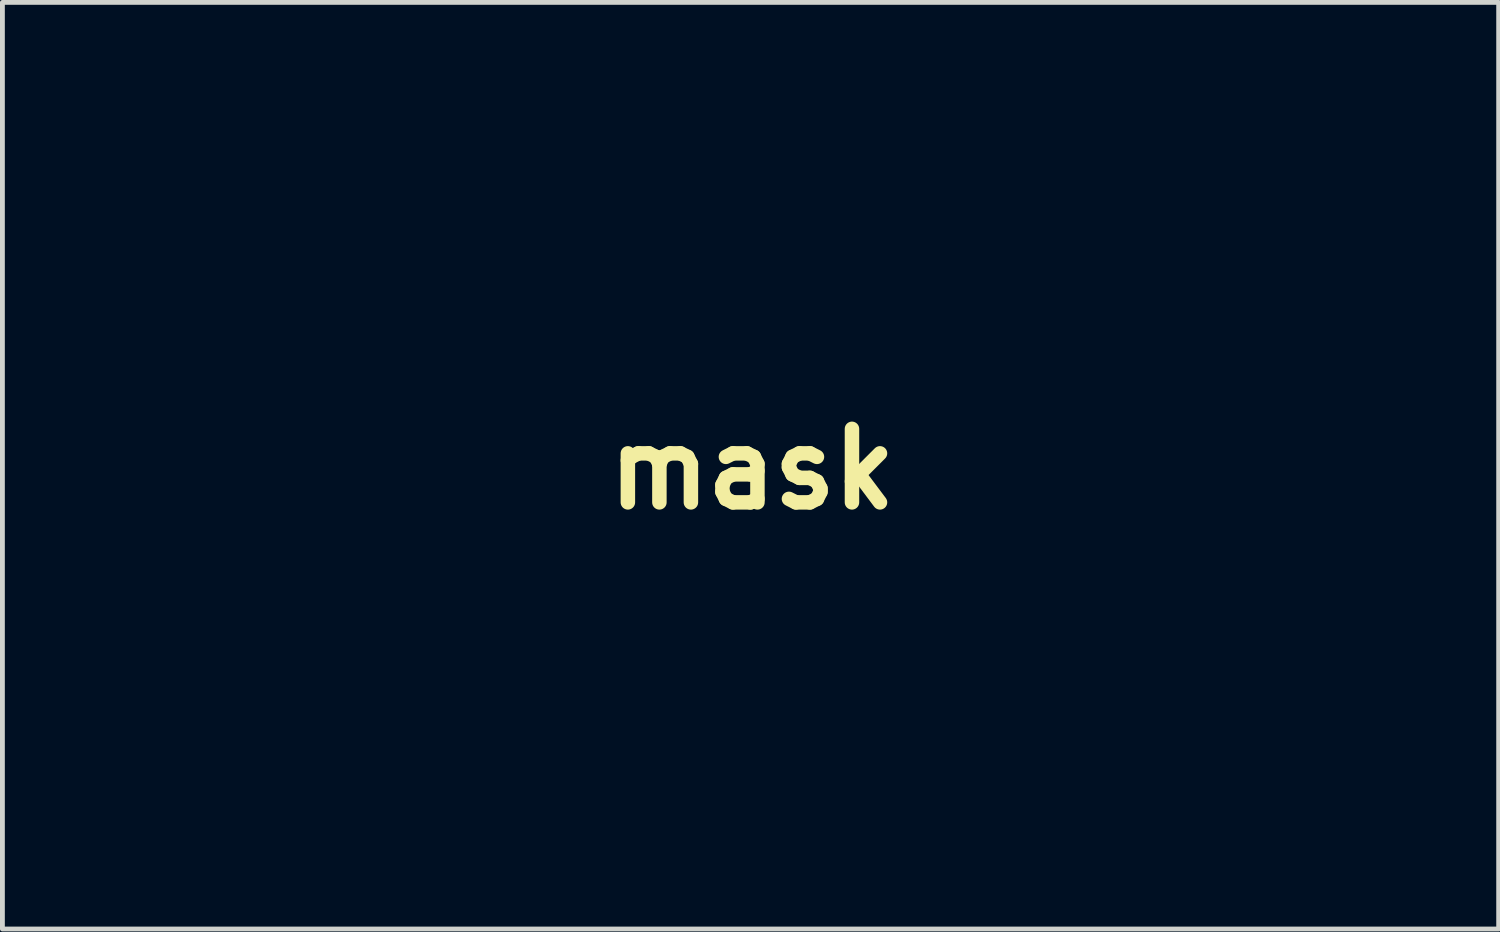
<source format=kicad_pcb>
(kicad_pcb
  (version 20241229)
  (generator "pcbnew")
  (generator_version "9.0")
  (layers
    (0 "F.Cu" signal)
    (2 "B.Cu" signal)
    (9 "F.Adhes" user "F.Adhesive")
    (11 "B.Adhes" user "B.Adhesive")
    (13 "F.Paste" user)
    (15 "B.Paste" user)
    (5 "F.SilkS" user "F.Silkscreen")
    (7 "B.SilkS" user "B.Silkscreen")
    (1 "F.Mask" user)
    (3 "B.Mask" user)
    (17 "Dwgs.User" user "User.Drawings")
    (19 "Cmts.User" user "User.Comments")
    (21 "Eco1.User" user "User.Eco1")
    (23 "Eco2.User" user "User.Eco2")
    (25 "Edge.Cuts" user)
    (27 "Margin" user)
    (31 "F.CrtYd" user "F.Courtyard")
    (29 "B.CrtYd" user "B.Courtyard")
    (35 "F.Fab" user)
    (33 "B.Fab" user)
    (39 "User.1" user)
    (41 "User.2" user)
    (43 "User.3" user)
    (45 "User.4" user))
  (footprint "mask"
    (layer "F.Cu")
    (at 12.54 6.673)
    (property "Reference" "mask" (at 0 0 0) (layer "F.SilkS") (effects (font (size 1.524 1.524) (thickness 0.3))))
    (attr through_hole)
    (fp_poly (pts (xy 0.205 -6.667) (xy 0.251 -6.667) (xy 0.286 -6.666) (xy 0.312 -6.664) (xy 0.331 -6.661) (xy 0.346 -6.657) (xy 0.36 -6.651) (xy 0.365 -6.649) (xy 0.381 -6.642) (xy 0.395 -6.635) (xy 0.408 -6.628) (xy 0.421 -6.618) (xy 0.434 -6.606) (xy 0.448 -6.591) (xy 0.464 -6.57) (xy 0.483 -6.544) (xy 0.505 -6.511) (xy 0.531 -6.471) (xy 0.561 -6.421) (xy 0.597 -6.362) (xy 0.639 -6.293) (xy 0.687 -6.211) (xy 0.743 -6.117) (xy 0.796 -6.028) (xy 0.842 -5.951) (xy 0.88 -5.886) (xy 0.911 -5.834) (xy 0.936 -5.792) (xy 0.956 -5.76) (xy 0.971 -5.736) (xy 0.982 -5.719) (xy 0.99 -5.708) (xy 0.996 -5.702) (xy 1 -5.698) (xy 1.004 -5.697) (xy 1.006 -5.696) (xy 1.011 -5.696) (xy 1.017 -5.699) (xy 1.025 -5.705) (xy 1.037 -5.716) (xy 1.054 -5.733) (xy 1.077 -5.758) (xy 1.108 -5.791) (xy 1.147 -5.835) (xy 1.196 -5.89) (xy 1.198 -5.892) (xy 1.283 -5.988) (xy 1.358 -6.072) (xy 1.423 -6.144) (xy 1.479 -6.207) (xy 1.528 -6.26) (xy 1.569 -6.305) (xy 1.603 -6.341) (xy 1.632 -6.372) (xy 1.656 -6.396) (xy 1.675 -6.414) (xy 1.692 -6.429) (xy 1.705 -6.44) (xy 1.717 -6.448) (xy 1.728 -6.454) (xy 1.731 -6.456) (xy 1.748 -6.464) (xy 1.764 -6.471) (xy 1.78 -6.476) (xy 1.8 -6.479) (xy 1.826 -6.481) (xy 1.861 -6.482) (xy 1.909 -6.483) (xy 1.945 -6.484) (xy 2.014 -6.484) (xy 2.069 -6.483) (xy 2.112 -6.48) (xy 2.147 -6.474) (xy 2.176 -6.466) (xy 2.202 -6.453) (xy 2.228 -6.436) (xy 2.235 -6.431) (xy 2.249 -6.422) (xy 2.26 -6.413) (xy 2.271 -6.404) (xy 2.281 -6.394) (xy 2.291 -6.381) (xy 2.301 -6.364) (xy 2.312 -6.342) (xy 2.325 -6.315) (xy 2.339 -6.28) (xy 2.356 -6.237) (xy 2.375 -6.185) (xy 2.398 -6.122) (xy 2.425 -6.048) (xy 2.456 -5.961) (xy 2.493 -5.859) (xy 2.523 -5.774) (xy 2.551 -5.697) (xy 2.577 -5.625) (xy 2.601 -5.558) (xy 2.622 -5.5) (xy 2.641 -5.451) (xy 2.655 -5.414) (xy 2.665 -5.389) (xy 2.67 -5.378) (xy 2.671 -5.378) (xy 2.686 -5.37) (xy 2.708 -5.363) (xy 2.711 -5.362) (xy 2.718 -5.362) (xy 2.726 -5.362) (xy 2.735 -5.365) (xy 2.748 -5.371) (xy 2.764 -5.381) (xy 2.786 -5.395) (xy 2.814 -5.414) (xy 2.849 -5.44) (xy 2.894 -5.473) (xy 2.948 -5.513) (xy 3.013 -5.562) (xy 3.09 -5.621) (xy 3.1 -5.628) (xy 3.19 -5.695) (xy 3.269 -5.754) (xy 3.338 -5.804) (xy 3.396 -5.846) (xy 3.442 -5.878) (xy 3.476 -5.9) (xy 3.497 -5.913) (xy 3.501 -5.915) (xy 3.518 -5.92) (xy 3.536 -5.925) (xy 3.559 -5.927) (xy 3.589 -5.929) (xy 3.629 -5.93) (xy 3.681 -5.931) (xy 3.713 -5.931) (xy 3.771 -5.931) (xy 3.814 -5.93) (xy 3.847 -5.929) (xy 3.871 -5.927) (xy 3.889 -5.924) (xy 3.905 -5.919) (xy 3.92 -5.913) (xy 3.929 -5.909) (xy 3.984 -5.877) (xy 4.026 -5.838) (xy 4.06 -5.788) (xy 4.063 -5.784) (xy 4.069 -5.772) (xy 4.074 -5.76) (xy 4.079 -5.746) (xy 4.084 -5.728) (xy 4.089 -5.706) (xy 4.095 -5.677) (xy 4.102 -5.64) (xy 4.11 -5.594) (xy 4.119 -5.538) (xy 4.13 -5.469) (xy 4.143 -5.388) (xy 4.158 -5.291) (xy 4.166 -5.244) (xy 4.179 -5.154) (xy 4.193 -5.069) (xy 4.205 -4.991) (xy 4.217 -4.92) (xy 4.227 -4.858) (xy 4.235 -4.807) (xy 4.242 -4.768) (xy 4.246 -4.743) (xy 4.248 -4.735) (xy 4.26 -4.719) (xy 4.284 -4.7) (xy 4.305 -4.687) (xy 4.356 -4.659) (xy 4.736 -4.84) (xy 4.812 -4.876) (xy 4.884 -4.91) (xy 4.951 -4.941) (xy 5.011 -4.969) (xy 5.063 -4.992) (xy 5.104 -5.01) (xy 5.134 -5.023) (xy 5.15 -5.029) (xy 5.151 -5.029) (xy 5.181 -5.033) (xy 5.223 -5.036) (xy 5.273 -5.038) (xy 5.328 -5.037) (xy 5.382 -5.036) (xy 5.432 -5.033) (xy 5.473 -5.029) (xy 5.499 -5.025) (xy 5.561 -5) (xy 5.615 -4.962) (xy 5.659 -4.911) (xy 5.689 -4.851) (xy 5.69 -4.849) (xy 5.695 -4.834) (xy 5.699 -4.818) (xy 5.701 -4.799) (xy 5.704 -4.775) (xy 5.705 -4.744) (xy 5.706 -4.703) (xy 5.706 -4.65) (xy 5.706 -4.584) (xy 5.706 -4.562) (xy 5.705 -4.489) (xy 5.704 -4.405) (xy 5.702 -4.314) (xy 5.7 -4.22) (xy 5.698 -4.128) (xy 5.695 -4.044) (xy 5.694 -4.034) (xy 5.684 -3.747) (xy 5.71 -3.722) (xy 5.732 -3.703) (xy 5.76 -3.679) (xy 5.773 -3.668) (xy 5.809 -3.638) (xy 6.588 -3.828) (xy 6.751 -3.825) (xy 6.807 -3.824) (xy 6.85 -3.823) (xy 6.881 -3.821) (xy 6.904 -3.819) (xy 6.923 -3.815) (xy 6.938 -3.81) (xy 6.955 -3.802) (xy 6.961 -3.799) (xy 7.017 -3.763) (xy 7.063 -3.712) (xy 7.094 -3.659) (xy 7.102 -3.642) (xy 7.107 -3.626) (xy 7.111 -3.609) (xy 7.114 -3.587) (xy 7.116 -3.558) (xy 7.117 -3.519) (xy 7.118 -3.467) (xy 7.119 -3.442) (xy 7.121 -3.272) (xy 7.029 -2.866) (xy 6.936 -2.46) (xy 6.983 -2.401) (xy 7.005 -2.373) (xy 7.022 -2.351) (xy 7.033 -2.337) (xy 7.035 -2.335) (xy 7.044 -2.334) (xy 7.069 -2.334) (xy 7.106 -2.334) (xy 7.155 -2.335) (xy 7.213 -2.336) (xy 7.278 -2.338) (xy 7.349 -2.341) (xy 7.353 -2.341) (xy 7.435 -2.344) (xy 7.521 -2.347) (xy 7.607 -2.349) (xy 7.689 -2.351) (xy 7.765 -2.353) (xy 7.829 -2.353) (xy 7.859 -2.354) (xy 7.922 -2.353) (xy 7.971 -2.353) (xy 8.009 -2.352) (xy 8.037 -2.35) (xy 8.059 -2.347) (xy 8.076 -2.343) (xy 8.093 -2.338) (xy 8.097 -2.337) (xy 8.155 -2.306) (xy 8.204 -2.262) (xy 8.243 -2.205) (xy 8.248 -2.195) (xy 8.276 -2.138) (xy 8.279 -1.984) (xy 8.28 -1.922) (xy 8.279 -1.867) (xy 8.277 -1.823) (xy 8.274 -1.792) (xy 8.273 -1.786) (xy 8.267 -1.769) (xy 8.256 -1.739) (xy 8.239 -1.697) (xy 8.218 -1.644) (xy 8.192 -1.583) (xy 8.163 -1.514) (xy 8.131 -1.44) (xy 8.098 -1.362) (xy 8.09 -1.344) (xy 7.917 -0.947) (xy 7.946 -0.888) (xy 7.961 -0.861) (xy 7.973 -0.84) (xy 7.98 -0.83) (xy 7.981 -0.83) (xy 7.99 -0.828) (xy 8.014 -0.824) (xy 8.052 -0.818) (xy 8.102 -0.81) (xy 8.163 -0.799) (xy 8.233 -0.788) (xy 8.311 -0.775) (xy 8.395 -0.76) (xy 8.461 -0.749) (xy 8.569 -0.731) (xy 8.661 -0.715) (xy 8.739 -0.701) (xy 8.805 -0.689) (xy 8.86 -0.678) (xy 8.904 -0.668) (xy 8.94 -0.659) (xy 8.969 -0.65) (xy 8.992 -0.641) (xy 9.01 -0.631) (xy 9.026 -0.62) (xy 9.04 -0.608) (xy 9.053 -0.594) (xy 9.063 -0.583) (xy 9.09 -0.55) (xy 9.11 -0.516) (xy 9.124 -0.477) (xy 9.133 -0.43) (xy 9.139 -0.372) (xy 9.142 -0.326) (xy 9.143 -0.239) (xy 9.139 -0.163) (xy 9.13 -0.099) (xy 9.117 -0.05) (xy 9.109 -0.033) (xy 9.098 -0.013) (xy 9.08 0.017) (xy 9.055 0.053) (xy 9.028 0.094) (xy 9.016 0.112) (xy 8.99 0.15) (xy 8.968 0.182) (xy 8.953 0.207) (xy 8.944 0.222) (xy 8.944 0.226) (xy 8.951 0.221) (xy 8.968 0.206) (xy 8.993 0.183) (xy 9.026 0.152) (xy 9.063 0.115) (xy 9.087 0.092) (xy 9.227 -0.047) (xy 9.292 -0.194) (xy 9.316 -0.248) (xy 9.333 -0.289) (xy 9.343 -0.318) (xy 9.349 -0.338) (xy 9.35 -0.351) (xy 9.348 -0.357) (xy 9.339 -0.369) (xy 9.322 -0.392) (xy 9.3 -0.42) (xy 9.286 -0.438) (xy 9.162 -0.602) (xy 9.051 -0.773) (xy 8.954 -0.95) (xy 8.871 -1.129) (xy 8.804 -1.311) (xy 8.752 -1.494) (xy 8.724 -1.626) (xy 8.719 -1.667) (xy 8.714 -1.722) (xy 8.71 -1.787) (xy 8.707 -1.861) (xy 8.706 -1.94) (xy 8.705 -2.02) (xy 8.705 -2.1) (xy 8.706 -2.175) (xy 8.708 -2.243) (xy 8.712 -2.3) (xy 8.716 -2.342) (xy 8.746 -2.509) (xy 8.793 -2.672) (xy 8.856 -2.832) (xy 8.936 -2.988) (xy 9.032 -3.14) (xy 9.144 -3.287) (xy 9.273 -3.431) (xy 9.418 -3.571) (xy 9.579 -3.707) (xy 9.757 -3.839) (xy 9.8 -3.868) (xy 9.925 -3.95) (xy 10.063 -4.033) (xy 10.208 -4.115) (xy 10.356 -4.195) (xy 10.504 -4.268) (xy 10.564 -4.297) (xy 10.702 -4.36) (xy 10.93 -4.36) (xy 10.93 -4.248) (xy 10.93 -4.201) (xy 10.929 -4.166) (xy 10.927 -4.142) (xy 10.922 -4.122) (xy 10.915 -4.103) (xy 10.909 -4.091) (xy 10.892 -4.051) (xy 10.874 -3.997) (xy 10.854 -3.933) (xy 10.835 -3.863) (xy 10.817 -3.79) (xy 10.803 -3.726) (xy 10.783 -3.619) (xy 10.765 -3.509) (xy 10.749 -3.393) (xy 10.735 -3.268) (xy 10.722 -3.132) (xy 10.71 -2.982) (xy 10.709 -2.968) (xy 10.707 -2.934) (xy 10.705 -2.888) (xy 10.703 -2.832) (xy 10.702 -2.767) (xy 10.701 -2.696) (xy 10.7 -2.62) (xy 10.699 -2.542) (xy 10.698 -2.462) (xy 10.698 -2.383) (xy 10.698 -2.307) (xy 10.698 -2.235) (xy 10.698 -2.17) (xy 10.699 -2.113) (xy 10.699 -2.065) (xy 10.701 -2.03) (xy 10.702 -2.008) (xy 10.703 -2.002) (xy 10.714 -2.003) (xy 10.735 -2.014) (xy 10.765 -2.034) (xy 10.802 -2.061) (xy 10.844 -2.093) (xy 10.889 -2.13) (xy 10.936 -2.17) (xy 10.982 -2.211) (xy 11.027 -2.253) (xy 11.067 -2.292) (xy 11.091 -2.316) (xy 11.224 -2.47) (xy 11.347 -2.636) (xy 11.459 -2.815) (xy 11.56 -3.007) (xy 11.65 -3.211) (xy 11.729 -3.429) (xy 11.797 -3.659) (xy 11.854 -3.902) (xy 11.862 -3.939) (xy 11.871 -3.988) (xy 12.103 -3.988) (xy 12.13 -3.948) (xy 12.206 -3.818) (xy 12.276 -3.676) (xy 12.336 -3.526) (xy 12.387 -3.371) (xy 12.408 -3.29) (xy 12.422 -3.233) (xy 12.434 -3.183) (xy 12.443 -3.136) (xy 12.45 -3.092) (xy 12.456 -3.046) (xy 12.46 -2.998) (xy 12.463 -2.945) (xy 12.465 -2.884) (xy 12.466 -2.813) (xy 12.467 -2.729) (xy 12.467 -2.642) (xy 12.467 -2.555) (xy 12.467 -2.483) (xy 12.466 -2.424) (xy 12.465 -2.375) (xy 12.464 -2.336) (xy 12.462 -2.303) (xy 12.46 -2.274) (xy 12.457 -2.248) (xy 12.453 -2.223) (xy 12.448 -2.195) (xy 12.448 -2.195) (xy 12.408 -2.008) (xy 12.355 -1.829) (xy 12.289 -1.656) (xy 12.21 -1.487) (xy 12.115 -1.319) (xy 12.052 -1.219) (xy 11.932 -1.051) (xy 11.797 -0.884) (xy 11.645 -0.718) (xy 11.479 -0.554) (xy 11.299 -0.393) (xy 11.105 -0.236) (xy 10.898 -0.082) (xy 10.679 0.066) (xy 10.516 0.169) (xy 10.458 0.206) (xy 10.416 0.235) (xy 10.388 0.258) (xy 10.378 0.27) (xy 10.363 0.294) (xy 10.339 0.328) (xy 10.309 0.371) (xy 10.274 0.419) (xy 10.237 0.47) (xy 10.199 0.522) (xy 10.161 0.572) (xy 10.127 0.617) (xy 10.106 0.643) (xy 9.986 0.79) (xy 9.869 0.927) (xy 9.749 1.057) (xy 9.623 1.188) (xy 9.568 1.243) (xy 9.527 1.284) (xy 9.493 1.32) (xy 9.467 1.348) (xy 9.45 1.368) (xy 9.445 1.378) (xy 9.445 1.379) (xy 9.453 1.385) (xy 9.474 1.401) (xy 9.505 1.424) (xy 9.547 1.455) (xy 9.598 1.492) (xy 9.656 1.535) (xy 9.72 1.583) (xy 9.79 1.634) (xy 9.859 1.685) (xy 9.934 1.739) (xy 10.005 1.792) (xy 10.072 1.842) (xy 10.132 1.887) (xy 10.186 1.928) (xy 10.231 1.962) (xy 10.266 1.99) (xy 10.29 2.009) (xy 10.301 2.018) (xy 10.322 2.042) (xy 10.338 2.065) (xy 10.351 2.092) (xy 10.36 2.123) (xy 10.366 2.162) (xy 10.37 2.21) (xy 10.371 2.271) (xy 10.372 2.336) (xy 10.371 2.4) (xy 10.371 2.45) (xy 10.369 2.489) (xy 10.367 2.521) (xy 10.363 2.548) (xy 10.358 2.573) (xy 10.354 2.587) (xy 10.34 2.633) (xy 10.317 2.689) (xy 10.288 2.753) (xy 10.254 2.822) (xy 10.216 2.891) (xy 10.177 2.958) (xy 10.168 2.972) (xy 10.108 3.067) (xy 10.037 3.175) (xy 9.957 3.297) (xy 9.866 3.432) (xy 9.765 3.581) (xy 9.655 3.742) (xy 9.534 3.917) (xy 9.403 4.106) (xy 9.262 4.307) (xy 9.112 4.521) (xy 8.951 4.749) (xy 8.781 4.989) (xy 8.601 5.242) (xy 8.475 5.419) (xy 8.419 5.498) (xy 8.364 5.577) (xy 8.31 5.654) (xy 8.259 5.727) (xy 8.213 5.795) (xy 8.172 5.856) (xy 8.137 5.908) (xy 8.111 5.949) (xy 8.099 5.969) (xy 8.042 6.062) (xy 7.988 6.15) (xy 7.937 6.231) (xy 7.89 6.305) (xy 7.847 6.37) (xy 7.809 6.425) (xy 7.778 6.468) (xy 7.754 6.498) (xy 7.749 6.505) (xy 7.727 6.528) (xy 7.485 6.528) (xy 7.48 6.497) (xy 7.477 6.47) (xy 7.476 6.428) (xy 7.476 6.377) (xy 7.477 6.319) (xy 7.48 6.256) (xy 7.484 6.194) (xy 7.489 6.134) (xy 7.494 6.081) (xy 7.5 6.036) (xy 7.501 6.029) (xy 7.521 5.931) (xy 7.546 5.823) (xy 7.576 5.709) (xy 7.61 5.594) (xy 7.629 5.533) (xy 7.668 5.416) (xy 7.707 5.306) (xy 7.747 5.201) (xy 7.791 5.096) (xy 7.838 4.988) (xy 7.892 4.873) (xy 7.948 4.758) (xy 8.042 4.561) (xy 8.136 4.349) (xy 8.23 4.125) (xy 8.321 3.893) (xy 8.41 3.655) (xy 8.495 3.413) (xy 8.519 3.342) (xy 8.54 3.277) (xy 8.561 3.209) (xy 8.582 3.139) (xy 8.603 3.069) (xy 8.622 3.002) (xy 8.639 2.94) (xy 8.654 2.884) (xy 8.665 2.837) (xy 8.673 2.8) (xy 8.677 2.777) (xy 8.677 2.77) (xy 8.671 2.77) (xy 8.66 2.783) (xy 8.645 2.805) (xy 8.641 2.812) (xy 8.595 2.885) (xy 8.539 2.972) (xy 8.474 3.072) (xy 8.399 3.185) (xy 8.316 3.31) (xy 8.223 3.447) (xy 8.122 3.596) (xy 8.013 3.756) (xy 7.895 3.927) (xy 7.769 4.109) (xy 7.636 4.301) (xy 7.495 4.503) (xy 7.488 4.513) (xy 7.439 4.584) (xy 7.389 4.657) (xy 7.34 4.729) (xy 7.295 4.797) (xy 7.253 4.859) (xy 7.218 4.914) (xy 7.19 4.958) (xy 7.18 4.974) (xy 7.138 5.042) (xy 7.098 5.107) (xy 7.06 5.167) (xy 7.025 5.22) (xy 6.995 5.265) (xy 6.971 5.298) (xy 6.955 5.32) (xy 6.952 5.323) (xy 6.943 5.331) (xy 6.933 5.336) (xy 6.919 5.34) (xy 6.897 5.342) (xy 6.864 5.342) (xy 6.819 5.342) (xy 6.704 5.342) (xy 6.708 5.184) (xy 6.709 5.125) (xy 6.711 5.08) (xy 6.714 5.044) (xy 6.718 5.013) (xy 6.724 4.982) (xy 6.732 4.949) (xy 6.737 4.927) (xy 6.782 4.774) (xy 6.832 4.621) (xy 6.891 4.465) (xy 6.957 4.304) (xy 7.033 4.135) (xy 7.119 3.956) (xy 7.129 3.937) (xy 7.198 3.798) (xy 7.262 3.664) (xy 7.323 3.531) (xy 7.384 3.395) (xy 7.445 3.254) (xy 7.509 3.102) (xy 7.553 2.994) (xy 7.574 2.942) (xy 7.593 2.895) (xy 7.608 2.856) (xy 7.619 2.827) (xy 7.625 2.81) (xy 7.626 2.806) (xy 7.619 2.809) (xy 7.599 2.82) (xy 7.572 2.835) (xy 7.544 2.851) (xy 7.514 2.868) (xy 7.472 2.891) (xy 7.421 2.918) (xy 7.365 2.948) (xy 7.304 2.979) (xy 7.252 3.006) (xy 6.961 3.146) (xy 6.655 3.278) (xy 6.336 3.403) (xy 6.003 3.521) (xy 5.657 3.63) (xy 5.299 3.732) (xy 4.929 3.826) (xy 4.549 3.911) (xy 4.158 3.988) (xy 3.758 4.056) (xy 3.349 4.116) (xy 2.931 4.166) (xy 2.506 4.208) (xy 2.244 4.229) (xy 2.118 4.238) (xy 1.999 4.245) (xy 1.886 4.252) (xy 1.775 4.258) (xy 1.666 4.263) (xy 1.554 4.267) (xy 1.44 4.271) (xy 1.319 4.274) (xy 1.189 4.277) (xy 1.049 4.279) (xy 0.897 4.28) (xy 0.758 4.281) (xy 0.404 4.283) (xy 0.065 4.281) (xy -0.263 4.275) (xy -0.58 4.266) (xy -0.89 4.253) (xy -1.195 4.237) (xy -1.497 4.216) (xy -1.798 4.192) (xy -2.1 4.164) (xy -2.407 4.131) (xy -2.409 4.131) (xy -2.794 4.084) (xy -3.175 4.03) (xy -3.549 3.969) (xy -3.916 3.902) (xy -4.275 3.828) (xy -4.625 3.749) (xy -4.965 3.663) (xy -5.294 3.572) (xy -5.61 3.476) (xy -5.913 3.374) (xy -6.202 3.268) (xy -6.475 3.158) (xy -6.486 3.153) (xy -6.536 3.132) (xy -6.58 3.113) (xy -6.616 3.098) (xy -6.643 3.088) (xy -6.657 3.082) (xy -6.658 3.082) (xy -6.656 3.089) (xy -6.647 3.109) (xy -6.632 3.141) (xy -6.612 3.182) (xy -6.588 3.231) (xy -6.561 3.285) (xy -6.531 3.344) (xy -6.501 3.404) (xy -6.47 3.464) (xy -6.439 3.523) (xy -6.41 3.578) (xy -6.384 3.628) (xy -6.379 3.636) (xy -6.349 3.692) (xy -6.313 3.755) (xy -6.275 3.821) (xy -6.239 3.882) (xy -6.221 3.912) (xy -6.134 4.061) (xy -6.05 4.216) (xy -5.972 4.373) (xy -5.901 4.529) (xy -5.838 4.682) (xy -5.784 4.827) (xy -5.761 4.898) (xy -5.75 4.935) (xy -5.741 4.965) (xy -5.735 4.992) (xy -5.731 5.02) (xy -5.729 5.052) (xy -5.727 5.093) (xy -5.726 5.147) (xy -5.725 5.154) (xy -5.722 5.309) (xy -5.842 5.309) (xy -5.889 5.309) (xy -5.922 5.308) (xy -5.945 5.306) (xy -5.96 5.303) (xy -5.97 5.298) (xy -5.978 5.29) (xy -5.983 5.285) (xy -6.011 5.254) (xy -6.044 5.213) (xy -6.085 5.16) (xy -6.134 5.094) (xy -6.191 5.016) (xy -6.214 4.983) (xy -6.246 4.94) (xy -6.287 4.886) (xy -6.335 4.824) (xy -6.388 4.756) (xy -6.444 4.686) (xy -6.501 4.615) (xy -6.557 4.546) (xy -6.572 4.528) (xy -6.73 4.336) (xy -6.88 4.154) (xy -7.022 3.981) (xy -7.155 3.817) (xy -7.279 3.663) (xy -7.395 3.52) (xy -7.501 3.387) (xy -7.598 3.264) (xy -7.685 3.153) (xy -7.762 3.053) (xy -7.804 2.998) (xy 0.087 2.998) (xy 0.096 3.012) (xy 0.114 3.035) (xy 0.144 3.068) (xy 0.146 3.07) (xy 0.242 3.162) (xy 0.345 3.24) (xy 0.453 3.302) (xy 0.566 3.349) (xy 0.61 3.362) (xy 0.644 3.371) (xy 0.67 3.376) (xy 0.694 3.376) (xy 0.72 3.371) (xy 0.755 3.362) (xy 0.774 3.357) (xy 0.884 3.316) (xy 0.991 3.259) (xy 1.094 3.187) (xy 1.186 3.105) (xy 1.211 3.079) (xy 1.238 3.048) (xy 1.266 3.014) (xy 1.294 2.979) (xy 1.318 2.947) (xy 1.337 2.92) (xy 1.349 2.9) (xy 1.352 2.891) (xy 1.352 2.89) (xy 1.344 2.891) (xy 1.319 2.892) (xy 1.281 2.895) (xy 1.23 2.899) (xy 1.167 2.903) (xy 1.094 2.909) (xy 1.012 2.916) (xy 0.922 2.923) (xy 0.826 2.93) (xy 0.728 2.938) (xy 0.627 2.946) (xy 0.53 2.954) (xy 0.44 2.961) (xy 0.358 2.968) (xy 0.284 2.974) (xy 0.22 2.979) (xy 0.168 2.983) (xy 0.129 2.986) (xy 0.104 2.988) (xy 0.095 2.989) (xy 0.087 2.991) (xy 0.087 2.998) (xy -7.804 2.998) (xy -7.829 2.964) (xy -7.886 2.887) (xy -7.933 2.823) (xy -7.968 2.771) (xy -7.98 2.753) (xy -8.03 2.674) (xy -8.049 2.698) (xy -8.058 2.709) (xy -8.063 2.72) (xy -8.064 2.733) (xy -8.061 2.751) (xy -8.053 2.776) (xy -8.04 2.812) (xy -8.021 2.861) (xy -8.021 2.862) (xy -7.983 2.952) (xy -7.936 3.054) (xy -7.881 3.166) (xy -7.819 3.287) (xy -7.751 3.415) (xy -7.678 3.548) (xy -7.601 3.685) (xy -7.521 3.823) (xy -7.439 3.961) (xy -7.355 4.098) (xy -7.271 4.232) (xy -7.188 4.361) (xy -7.107 4.483) (xy -7.029 4.597) (xy -6.954 4.701) (xy -6.921 4.745) (xy -6.813 4.894) (xy -6.709 5.047) (xy -6.61 5.203) (xy -6.517 5.359) (xy -6.432 5.515) (xy -6.354 5.668) (xy -6.286 5.816) (xy -6.228 5.957) (xy -6.182 6.088) (xy -6.176 6.109) (xy -6.168 6.137) (xy -6.161 6.163) (xy -6.157 6.189) (xy -6.154 6.22) (xy -6.152 6.258) (xy -6.15 6.308) (xy -6.149 6.348) (xy -6.145 6.511) (xy -6.391 6.511) (xy -6.432 6.478) (xy -6.463 6.45) (xy -6.505 6.41) (xy -6.556 6.358) (xy -6.616 6.295) (xy -6.684 6.221) (xy -6.76 6.137) (xy -6.842 6.044) (xy -6.894 5.986) (xy -6.936 5.938) (xy -6.984 5.886) (xy -7.031 5.836) (xy -7.075 5.791) (xy -7.105 5.762) (xy -7.274 5.597) (xy -7.443 5.433) (xy -7.611 5.268) (xy -7.781 5.101) (xy -7.955 4.929) (xy -8.135 4.751) (xy -8.322 4.565) (xy -8.518 4.37) (xy -8.603 4.285) (xy -8.742 4.146) (xy -8.869 4.017) (xy -8.986 3.9) (xy -9.092 3.793) (xy -9.189 3.695) (xy -9.276 3.606) (xy -9.354 3.525) (xy -9.425 3.451) (xy -9.487 3.385) (xy -9.543 3.325) (xy -9.592 3.271) (xy -9.635 3.222) (xy -9.672 3.178) (xy -9.705 3.137) (xy -9.734 3.1) (xy -9.758 3.066) (xy -9.78 3.033) (xy -9.799 3.003) (xy -9.816 2.973) (xy -9.831 2.943) (xy -9.839 2.927) (xy -9.858 2.884) (xy -9.873 2.845) (xy -9.884 2.808) (xy -9.891 2.768) (xy -9.895 2.722) (xy -9.897 2.666) (xy -9.898 2.602) (xy -9.897 2.531) (xy -9.895 2.475) (xy -9.891 2.43) (xy -9.885 2.395) (xy -9.876 2.366) (xy -9.865 2.342) (xy -9.857 2.33) (xy -9.851 2.322) (xy -9.842 2.311) (xy -9.828 2.295) (xy -9.81 2.274) (xy -9.786 2.248) (xy -9.756 2.216) (xy -9.719 2.176) (xy -9.675 2.129) (xy -9.623 2.073) (xy -9.562 2.008) (xy -9.492 1.933) (xy -9.411 1.848) (xy -9.32 1.751) (xy -9.267 1.695) (xy -9.246 1.672) (xy -9.231 1.653) (xy -9.225 1.643) (xy -9.224 1.642) (xy -9.231 1.635) (xy -9.25 1.622) (xy -9.279 1.604) (xy -9.314 1.582) (xy -9.325 1.575) (xy -9.496 1.469) (xy -9.659 1.359) (xy -9.812 1.246) (xy -9.834 1.228) (xy -2.184 1.228) (xy -2.176 1.302) (xy -2.158 1.381) (xy -2.141 1.439) (xy -2.095 1.552) (xy -2.034 1.66) (xy -1.958 1.761) (xy -1.869 1.856) (xy -1.766 1.944) (xy -1.652 2.023) (xy -1.526 2.093) (xy -1.39 2.154) (xy -1.309 2.183) (xy -1.271 2.196) (xy -1.242 2.205) (xy -1.218 2.21) (xy -1.195 2.212) (xy -1.169 2.209) (xy -1.137 2.203) (xy -1.095 2.194) (xy -1.052 2.183) (xy -0.916 2.143) (xy -0.794 2.092) (xy -0.683 2.029) (xy -0.584 1.954) (xy -0.496 1.867) (xy -0.42 1.767) (xy -0.41 1.753) (xy -0.379 1.701) (xy -0.353 1.653) (xy -0.33 1.601) (xy -0.307 1.541) (xy -0.301 1.525) (xy -0.272 1.431) (xy -0.251 1.344) (xy -0.239 1.258) (xy -0.234 1.165) (xy -0.234 1.156) (xy 1.454 1.156) (xy 1.462 1.234) (xy 1.481 1.32) (xy 1.508 1.411) (xy 1.544 1.504) (xy 1.575 1.571) (xy 1.592 1.604) (xy 1.608 1.633) (xy 1.624 1.661) (xy 1.642 1.689) (xy 1.665 1.72) (xy 1.693 1.756) (xy 1.728 1.8) (xy 1.772 1.855) (xy 1.781 1.866) (xy 1.859 1.951) (xy 1.944 2.023) (xy 2.035 2.081) (xy 2.129 2.124) (xy 2.186 2.142) (xy 2.237 2.153) (xy 2.282 2.158) (xy 2.327 2.155) (xy 2.381 2.147) (xy 2.386 2.146) (xy 2.469 2.125) (xy 2.561 2.094) (xy 2.658 2.055) (xy 2.757 2.01) (xy 2.854 1.96) (xy 2.945 1.907) (xy 2.997 1.874) (xy 3.075 1.815) (xy 3.139 1.753) (xy 3.193 1.686) (xy 3.222 1.64) (xy 3.272 1.541) (xy 3.309 1.437) (xy 3.333 1.331) (xy 3.343 1.226) (xy 3.338 1.125) (xy 3.337 1.117) (xy 3.317 1.008) (xy 3.29 0.891) (xy 3.256 0.769) (xy 3.216 0.647) (xy 3.172 0.529) (xy 3.126 0.421) (xy 3.099 0.365) (xy 3.075 0.327) (xy 3.037 0.283) (xy 2.99 0.236) (xy 2.935 0.188) (xy 2.875 0.141) (xy 2.812 0.098) (xy 2.762 0.067) (xy 2.721 0.045) (xy 2.672 0.023) (xy 2.622 0.002) (xy 2.574 -0.015) (xy 2.534 -0.027) (xy 2.526 -0.029) (xy 2.498 -0.035) (xy 2.535 0.02) (xy 2.577 0.094) (xy 2.611 0.183) (xy 2.631 0.25) (xy 2.636 0.284) (xy 2.641 0.331) (xy 2.644 0.389) (xy 2.646 0.454) (xy 2.647 0.523) (xy 2.647 0.592) (xy 2.645 0.659) (xy 2.642 0.719) (xy 2.637 0.77) (xy 2.632 0.809) (xy 2.63 0.815) (xy 2.601 0.913) (xy 2.562 1) (xy 2.514 1.076) (xy 2.457 1.14) (xy 2.394 1.19) (xy 2.324 1.226) (xy 2.256 1.245) (xy 2.227 1.249) (xy 2.184 1.251) (xy 2.13 1.252) (xy 2.071 1.251) (xy 2.062 1.251) (xy 2.006 1.249) (xy 1.964 1.247) (xy 1.932 1.244) (xy 1.907 1.24) (xy 1.886 1.234) (xy 1.869 1.228) (xy 1.801 1.193) (xy 1.739 1.143) (xy 1.683 1.081) (xy 1.635 1.006) (xy 1.596 0.922) (xy 1.567 0.83) (xy 1.563 0.814) (xy 1.544 0.727) (xy 1.517 0.814) (xy 1.484 0.932) (xy 1.462 1.045) (xy 1.456 1.087) (xy 1.454 1.156) (xy -0.234 1.156) (xy -0.233 1.126) (xy -0.238 1.002) (xy -0.254 0.886) (xy -0.282 0.772) (xy -0.321 0.659) (xy -0.372 0.546) (xy -0.439 0.425) (xy -0.516 0.317) (xy -0.603 0.224) (xy -0.698 0.145) (xy -0.803 0.08) (xy -0.918 0.03) (xy -1.041 -0.007) (xy -1.174 -0.03) (xy -1.175 -0.03) (xy -1.202 -0.032) (xy -1.221 -0.033) (xy -1.228 -0.032) (xy -1.223 -0.023) (xy -1.212 -0.004) (xy -1.195 0.021) (xy -1.19 0.028) (xy -1.168 0.065) (xy -1.146 0.109) (xy -1.128 0.15) (xy -1.128 0.15) (xy -1.112 0.194) (xy -1.099 0.237) (xy -1.09 0.282) (xy -1.083 0.331) (xy -1.079 0.387) (xy -1.076 0.454) (xy -1.075 0.533) (xy -1.075 0.555) (xy -1.076 0.632) (xy -1.077 0.694) (xy -1.08 0.745) (xy -1.083 0.786) (xy -1.088 0.82) (xy -1.089 0.822) (xy -1.114 0.921) (xy -1.151 1.011) (xy -1.198 1.092) (xy -1.254 1.161) (xy -1.318 1.218) (xy -1.38 1.256) (xy -1.435 1.283) (xy -1.638 1.283) (xy -1.702 1.283) (xy -1.752 1.282) (xy -1.789 1.282) (xy -1.817 1.28) (xy -1.838 1.278) (xy -1.854 1.275) (xy -1.868 1.27) (xy -1.882 1.264) (xy -1.888 1.261) (xy -1.961 1.217) (xy -2.026 1.159) (xy -2.084 1.085) (xy -2.121 1.024) (xy -2.133 1.001) (xy -2.142 0.987) (xy -2.149 0.984) (xy -2.154 0.993) (xy -2.16 1.016) (xy -2.167 1.053) (xy -2.172 1.078) (xy -2.182 1.155) (xy -2.184 1.228) (xy -9.834 1.228) (xy -9.956 1.131) (xy -10.088 1.015) (xy -10.209 0.898) (xy -10.317 0.781) (xy -10.411 0.666) (xy -10.492 0.552) (xy -10.557 0.441) (xy -10.58 0.395) (xy -10.62 0.308) (xy -10.775 0.229) (xy -11.007 0.106) (xy -11.222 -0.019) (xy -11.422 -0.147) (xy -11.606 -0.278) (xy -11.774 -0.41) (xy -11.926 -0.544) (xy -12.061 -0.681) (xy -12.18 -0.819) (xy -12.282 -0.958) (xy -12.359 -1.085) (xy -12.405 -1.176) (xy -12.446 -1.277) (xy -12.481 -1.383) (xy -12.509 -1.487) (xy -12.523 -1.562) (xy -12.528 -1.605) (xy -12.532 -1.661) (xy -12.534 -1.726) (xy -12.535 -1.798) (xy -12.535 -1.874) (xy -12.534 -1.949) (xy -12.532 -2.021) (xy -12.529 -2.087) (xy -12.525 -2.142) (xy -12.519 -2.184) (xy -12.519 -2.189) (xy -12.485 -2.335) (xy -12.437 -2.478) (xy -12.375 -2.62) (xy -12.297 -2.761) (xy -12.203 -2.903) (xy -12.125 -3.006) (xy -12.092 -3.046) (xy -12.049 -3.093) (xy -12 -3.146) (xy -11.947 -3.2) (xy -11.894 -3.253) (xy -11.843 -3.302) (xy -11.798 -3.344) (xy -11.765 -3.373) (xy -11.706 -3.421) (xy -11.475 -3.421) (xy -11.465 -3.351) (xy -11.44 -3.215) (xy -11.405 -3.069) (xy -11.363 -2.919) (xy -11.314 -2.769) (xy -11.259 -2.621) (xy -11.204 -2.491) (xy -11.152 -2.384) (xy -11.092 -2.27) (xy -11.025 -2.155) (xy -10.954 -2.041) (xy -10.882 -1.934) (xy -10.811 -1.837) (xy -10.791 -1.812) (xy -10.751 -1.763) (xy -10.711 -1.715) (xy -10.672 -1.67) (xy -10.637 -1.631) (xy -10.605 -1.597) (xy -10.58 -1.572) (xy -10.562 -1.555) (xy -10.552 -1.55) (xy -10.551 -1.552) (xy -10.552 -1.563) (xy -10.554 -1.589) (xy -10.559 -1.628) (xy -10.565 -1.677) (xy -10.573 -1.734) (xy -10.582 -1.798) (xy -10.587 -1.835) (xy -10.595 -1.889) (xy -10.605 -1.957) (xy -10.617 -2.039) (xy -10.63 -2.13) (xy -10.645 -2.23) (xy -10.66 -2.336) (xy -10.676 -2.446) (xy -10.692 -2.558) (xy -10.708 -2.67) (xy -10.719 -2.743) (xy -10.734 -2.85) (xy -10.749 -2.955) (xy -10.764 -3.056) (xy -10.778 -3.153) (xy -10.791 -3.243) (xy -10.803 -3.324) (xy -10.813 -3.396) (xy -10.822 -3.455) (xy -10.829 -3.501) (xy -10.833 -3.529) (xy -10.845 -3.623) (xy -10.852 -3.708) (xy -10.854 -3.791) (xy -10.854 -3.798) (xy -10.854 -3.92) (xy -10.626 -3.92) (xy -10.476 -3.844) (xy -10.25 -3.725) (xy -10.04 -3.6) (xy -9.846 -3.471) (xy -9.668 -3.338) (xy -9.507 -3.199) (xy -9.362 -3.056) (xy -9.233 -2.909) (xy -9.121 -2.756) (xy -9.024 -2.599) (xy -8.944 -2.438) (xy -8.88 -2.271) (xy -8.832 -2.1) (xy -8.813 -2.011) (xy -8.8 -1.916) (xy -8.79 -1.809) (xy -8.784 -1.693) (xy -8.783 -1.572) (xy -8.785 -1.449) (xy -8.791 -1.329) (xy -8.801 -1.215) (xy -8.814 -1.11) (xy -8.827 -1.04) (xy -8.873 -0.855) (xy -8.935 -0.668) (xy -9.012 -0.481) (xy -9.103 -0.295) (xy -9.207 -0.113) (xy -9.279 -0.002) (xy -9.303 0.034) (xy -9.324 0.066) (xy -9.341 0.091) (xy -9.35 0.105) (xy -9.351 0.107) (xy -9.35 0.119) (xy -9.336 0.14) (xy -9.311 0.168) (xy -9.277 0.201) (xy -9.234 0.238) (xy -9.186 0.278) (xy -9.133 0.32) (xy -9.076 0.362) (xy -9.018 0.403) (xy -8.959 0.441) (xy -8.948 0.448) (xy -8.908 0.472) (xy -8.86 0.499) (xy -8.806 0.529) (xy -8.747 0.56) (xy -8.687 0.591) (xy -8.626 0.622) (xy -8.567 0.651) (xy -8.511 0.678) (xy -8.462 0.701) (xy -8.421 0.719) (xy -8.391 0.731) (xy -8.372 0.736) (xy -8.37 0.736) (xy -8.359 0.73) (xy -8.345 0.715) (xy -8.343 0.713) (xy -8.326 0.69) (xy -8.573 0.333) (xy -8.634 0.243) (xy -8.686 0.167) (xy -8.73 0.102) (xy -8.765 0.049) (xy -8.792 0.006) (xy -8.813 -0.027) (xy -8.826 -0.052) (xy -8.834 -0.069) (xy -8.834 -0.07) (xy -8.839 -0.089) (xy -8.843 -0.111) (xy -8.845 -0.137) (xy -8.847 -0.171) (xy -8.847 -0.216) (xy -8.846 -0.274) (xy -8.846 -0.289) (xy -8.843 -0.462) (xy -8.816 -0.518) (xy -8.793 -0.557) (xy -8.767 -0.591) (xy -8.753 -0.605) (xy -8.743 -0.613) (xy -8.735 -0.621) (xy -8.726 -0.628) (xy -8.717 -0.634) (xy -8.705 -0.641) (xy -8.692 -0.647) (xy -8.674 -0.653) (xy -8.652 -0.659) (xy -8.624 -0.666) (xy -8.59 -0.673) (xy -8.548 -0.682) (xy -8.498 -0.691) (xy -8.439 -0.702) (xy -8.369 -0.715) (xy -8.288 -0.729) (xy -8.194 -0.745) (xy -8.088 -0.763) (xy -7.967 -0.783) (xy -7.831 -0.807) (xy -7.733 -0.823) (xy -7.682 -0.832) (xy -7.654 -0.889) (xy -7.626 -0.946) (xy -7.792 -1.327) (xy -7.826 -1.404) (xy -7.858 -1.477) (xy -7.887 -1.545) (xy -7.913 -1.606) (xy -7.936 -1.658) (xy -7.954 -1.699) (xy -7.966 -1.729) (xy -7.973 -1.745) (xy -7.973 -1.745) (xy -7.978 -1.761) (xy -7.982 -1.78) (xy -7.985 -1.805) (xy -7.987 -1.839) (xy -7.988 -1.884) (xy -7.988 -1.943) (xy -7.988 -1.956) (xy -7.988 -2.13) (xy -7.956 -2.196) (xy -7.919 -2.255) (xy -7.872 -2.3) (xy -7.815 -2.333) (xy -7.795 -2.34) (xy -7.768 -2.346) (xy -7.723 -2.35) (xy -7.662 -2.353) (xy -7.584 -2.354) (xy -7.489 -2.353) (xy -7.378 -2.351) (xy -7.249 -2.348) (xy -7.104 -2.343) (xy -7.066 -2.341) (xy -6.995 -2.339) (xy -6.929 -2.336) (xy -6.871 -2.334) (xy -6.822 -2.333) (xy -6.783 -2.332) (xy -6.758 -2.332) (xy -6.748 -2.333) (xy -6.748 -2.333) (xy -6.741 -2.34) (xy -6.726 -2.359) (xy -6.706 -2.384) (xy -6.694 -2.399) (xy -6.646 -2.461) (xy -6.737 -2.854) (xy -6.828 -3.247) (xy -6.828 -3.425) (xy -6.828 -3.492) (xy -6.826 -3.544) (xy -6.824 -3.586) (xy -6.819 -3.619) (xy -6.811 -3.646) (xy -6.8 -3.67) (xy -6.785 -3.694) (xy -6.766 -3.72) (xy -6.766 -3.721) (xy -6.725 -3.764) (xy -6.679 -3.793) (xy -6.625 -3.823) (xy -6.295 -3.828) (xy -5.914 -3.734) (xy -5.836 -3.715) (xy -5.763 -3.697) (xy -5.695 -3.682) (xy -5.637 -3.668) (xy -5.587 -3.657) (xy -5.55 -3.65) (xy -5.525 -3.645) (xy -5.516 -3.645) (xy -5.502 -3.652) (xy -5.48 -3.669) (xy -5.454 -3.691) (xy -5.446 -3.698) (xy -5.393 -3.747) (xy -5.406 -4.119) (xy -5.409 -4.205) (xy -5.412 -4.291) (xy -5.414 -4.377) (xy -5.416 -4.457) (xy -5.417 -4.531) (xy -5.417 -4.594) (xy -5.417 -4.644) (xy -5.417 -4.657) (xy -5.416 -4.714) (xy -5.415 -4.757) (xy -5.413 -4.789) (xy -5.411 -4.813) (xy -5.407 -4.832) (xy -5.401 -4.848) (xy -5.394 -4.865) (xy -5.392 -4.87) (xy -5.356 -4.927) (xy -5.307 -4.976) (xy -5.251 -5.011) (xy -5.232 -5.019) (xy -5.215 -5.025) (xy -5.195 -5.029) (xy -5.17 -5.032) (xy -5.137 -5.034) (xy -5.092 -5.035) (xy -5.057 -5.036) (xy -4.995 -5.037) (xy -4.941 -5.036) (xy -4.898 -5.034) (xy -4.868 -5.03) (xy -4.867 -5.03) (xy -4.852 -5.025) (xy -4.827 -5.015) (xy -4.791 -5.001) (xy -4.745 -4.98) (xy -4.688 -4.954) (xy -4.618 -4.922) (xy -4.536 -4.884) (xy -4.441 -4.839) (xy -4.332 -4.787) (xy -4.209 -4.729) (xy -4.137 -4.694) (xy -4.063 -4.658) (xy -4.01 -4.689) (xy -3.957 -4.719) (xy -3.879 -5.223) (xy -3.861 -5.333) (xy -3.847 -5.428) (xy -3.833 -5.509) (xy -3.822 -5.578) (xy -3.812 -5.634) (xy -3.803 -5.681) (xy -3.794 -5.719) (xy -3.786 -5.749) (xy -3.777 -5.774) (xy -3.769 -5.793) (xy -3.759 -5.81) (xy -3.748 -5.824) (xy -3.737 -5.837) (xy -3.723 -5.851) (xy -3.723 -5.851) (xy -3.694 -5.876) (xy -3.659 -5.899) (xy -3.641 -5.909) (xy -3.623 -5.917) (xy -3.606 -5.923) (xy -3.588 -5.927) (xy -3.564 -5.929) (xy -3.532 -5.931) (xy -3.488 -5.933) (xy -3.44 -5.934) (xy -3.371 -5.934) (xy -3.316 -5.933) (xy -3.271 -5.929) (xy -3.234 -5.922) (xy -3.202 -5.911) (xy -3.172 -5.895) (xy -3.142 -5.876) (xy -3.126 -5.864) (xy -3.097 -5.843) (xy -3.059 -5.815) (xy -3.011 -5.78) (xy -2.956 -5.739) (xy -2.896 -5.693) (xy -2.832 -5.645) (xy -2.769 -5.598) (xy -2.444 -5.353) (xy -2.409 -5.365) (xy -2.375 -5.377) (xy -2.21 -5.836) (xy -2.18 -5.921) (xy -2.15 -6.003) (xy -2.123 -6.079) (xy -2.097 -6.148) (xy -2.075 -6.209) (xy -2.056 -6.259) (xy -2.041 -6.298) (xy -2.031 -6.324) (xy -2.027 -6.333) (xy -1.998 -6.378) (xy -1.956 -6.419) (xy -1.909 -6.452) (xy -1.875 -6.468) (xy -1.857 -6.474) (xy -1.839 -6.479) (xy -1.82 -6.482) (xy -1.796 -6.484) (xy -1.763 -6.485) (xy -1.72 -6.485) (xy -1.664 -6.484) (xy -1.655 -6.484) (xy -1.486 -6.481) (xy -1.434 -6.453) (xy -1.422 -6.446) (xy -1.409 -6.437) (xy -1.394 -6.425) (xy -1.377 -6.409) (xy -1.355 -6.388) (xy -1.329 -6.361) (xy -1.297 -6.326) (xy -1.258 -6.284) (xy -1.211 -6.232) (xy -1.155 -6.171) (xy -1.09 -6.098) (xy -1.058 -6.062) (xy -0.981 -5.976) (xy -0.915 -5.903) (xy -0.86 -5.842) (xy -0.814 -5.793) (xy -0.777 -5.754) (xy -0.749 -5.726) (xy -0.73 -5.708) (xy -0.718 -5.699) (xy -0.716 -5.698) (xy -0.71 -5.701) (xy -0.702 -5.71) (xy -0.69 -5.726) (xy -0.673 -5.75) (xy -0.652 -5.783) (xy -0.626 -5.826) (xy -0.593 -5.879) (xy -0.554 -5.944) (xy -0.507 -6.022) (xy -0.453 -6.113) (xy -0.44 -6.135) (xy -0.384 -6.231) (xy -0.335 -6.313) (xy -0.293 -6.382) (xy -0.258 -6.44) (xy -0.227 -6.489) (xy -0.202 -6.528) (xy -0.18 -6.559) (xy -0.161 -6.584) (xy -0.144 -6.603) (xy -0.129 -6.618) (xy -0.114 -6.629) (xy -0.099 -6.639) (xy -0.083 -6.647) (xy -0.077 -6.649) (xy -0.063 -6.655) (xy -0.048 -6.66) (xy -0.031 -6.663) (xy -0.007 -6.665) (xy 0.024 -6.667) (xy 0.067 -6.667) (xy 0.123 -6.667) (xy 0.144 -6.668) (xy 0.205 -6.667)) (stroke (width 0.01) (type solid)) (fill yes) (layer "F.Mask")))
  (gr_rect
    (start -3 -3)
    (end 28.012 16.205)
    (stroke (width 0.1) (type default))
    (fill no)
    (layer "Edge.Cuts")))
</source>
